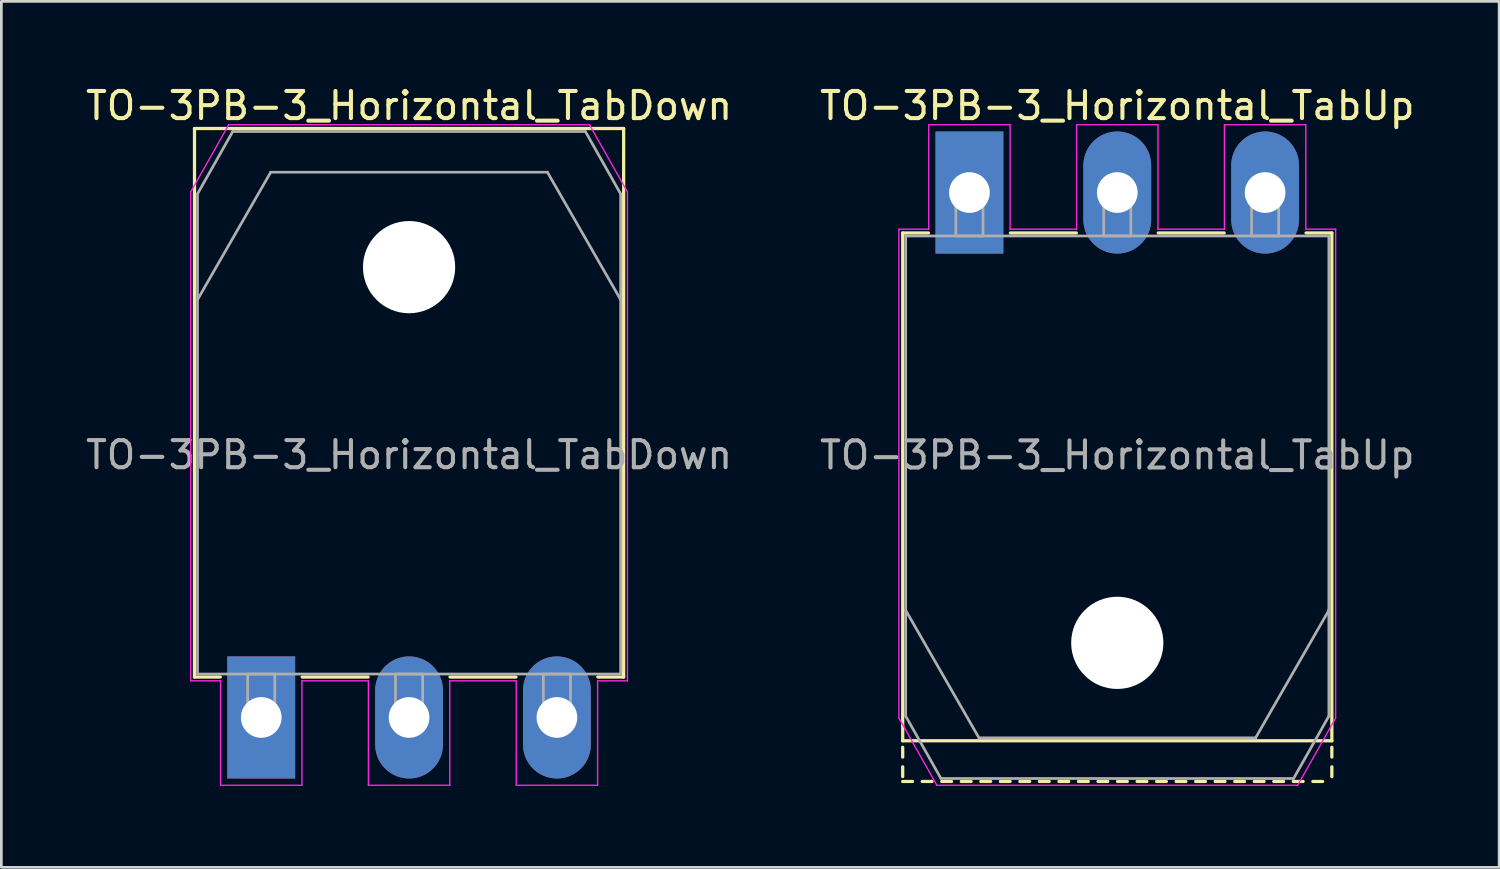
<source format=kicad_pcb>
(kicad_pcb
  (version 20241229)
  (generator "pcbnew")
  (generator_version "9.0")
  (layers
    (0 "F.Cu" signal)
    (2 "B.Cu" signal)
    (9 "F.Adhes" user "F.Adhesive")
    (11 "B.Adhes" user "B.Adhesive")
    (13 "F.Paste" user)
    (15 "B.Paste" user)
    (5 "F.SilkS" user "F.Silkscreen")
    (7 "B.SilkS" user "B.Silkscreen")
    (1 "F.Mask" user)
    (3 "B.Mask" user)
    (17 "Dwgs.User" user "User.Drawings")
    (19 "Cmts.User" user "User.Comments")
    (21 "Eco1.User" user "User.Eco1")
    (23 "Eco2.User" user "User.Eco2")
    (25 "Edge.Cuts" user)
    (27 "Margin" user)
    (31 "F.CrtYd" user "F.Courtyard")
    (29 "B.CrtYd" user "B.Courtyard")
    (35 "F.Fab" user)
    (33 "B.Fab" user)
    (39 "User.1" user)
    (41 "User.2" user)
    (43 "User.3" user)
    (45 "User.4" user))
  (footprint "TO-3PB-3_Horizontal_TabDown"
    (layer "F.Cu")
    (at 6.58 23.398)
    (property "Reference" "TO-3PB-3_Horizontal_TabDown" (at 5.45 -22.55 0) (layer "F.SilkS") (effects (font (size 1 1) (thickness 0.15))))
    (attr through_hole)
    (fp_line (start -2.46 -21.71) (end 13.36 -21.71) (stroke (width 0.12) (type solid)) (layer "F.SilkS"))
    (fp_line (start -2.46 -1.49) (end -2.46 -21.71) (stroke (width 0.12) (type solid)) (layer "F.SilkS"))
    (fp_line (start -2.46 -1.49) (end -1.51 -1.49) (stroke (width 0.12) (type solid)) (layer "F.SilkS"))
    (fp_line (start 1.51 -1.49) (end 3.94 -1.49) (stroke (width 0.12) (type solid)) (layer "F.SilkS"))
    (fp_line (start 6.96 -1.49) (end 9.39 -1.49) (stroke (width 0.12) (type solid)) (layer "F.SilkS"))
    (fp_line (start 12.41 -1.49) (end 13.36 -1.49) (stroke (width 0.12) (type solid)) (layer "F.SilkS"))
    (fp_line (start 13.36 -1.49) (end 13.36 -21.71) (stroke (width 0.12) (type solid)) (layer "F.SilkS"))
    (fp_line (start -2.6 -19.37) (end -1.2 -21.85) (stroke (width 0.05) (type solid)) (layer "F.CrtYd"))
    (fp_line (start -2.6 -1.35) (end -2.6 -19.37) (stroke (width 0.05) (type solid)) (layer "F.CrtYd"))
    (fp_line (start -1.5 -1.35) (end -2.6 -1.35) (stroke (width 0.05) (type solid)) (layer "F.CrtYd"))
    (fp_line (start -1.5 2.5) (end -1.5 -1.35) (stroke (width 0.05) (type solid)) (layer "F.CrtYd"))
    (fp_line (start -1.2 -21.85) (end 12.1 -21.85) (stroke (width 0.05) (type solid)) (layer "F.CrtYd"))
    (fp_line (start 1.5 -1.35) (end 1.5 2.5) (stroke (width 0.05) (type solid)) (layer "F.CrtYd"))
    (fp_line (start 1.5 2.5) (end -1.5 2.5) (stroke (width 0.05) (type solid)) (layer "F.CrtYd"))
    (fp_line (start 3.95 -1.35) (end 1.5 -1.35) (stroke (width 0.05) (type solid)) (layer "F.CrtYd"))
    (fp_line (start 3.95 2.5) (end 3.95 -1.35) (stroke (width 0.05) (type solid)) (layer "F.CrtYd"))
    (fp_line (start 6.95 -1.35) (end 6.95 2.5) (stroke (width 0.05) (type solid)) (layer "F.CrtYd"))
    (fp_line (start 6.95 2.5) (end 3.95 2.5) (stroke (width 0.05) (type solid)) (layer "F.CrtYd"))
    (fp_line (start 9.4 -1.35) (end 6.95 -1.35) (stroke (width 0.05) (type solid)) (layer "F.CrtYd"))
    (fp_line (start 9.4 2.5) (end 9.4 -1.35) (stroke (width 0.05) (type solid)) (layer "F.CrtYd"))
    (fp_line (start 12.1 -21.85) (end 13.5 -19.37) (stroke (width 0.05) (type solid)) (layer "F.CrtYd"))
    (fp_line (start 12.4 -1.35) (end 12.4 2.5) (stroke (width 0.05) (type solid)) (layer "F.CrtYd"))
    (fp_line (start 12.4 2.5) (end 9.4 2.5) (stroke (width 0.05) (type solid)) (layer "F.CrtYd"))
    (fp_line (start 13.5 -19.37) (end 13.5 -1.35) (stroke (width 0.05) (type solid)) (layer "F.CrtYd"))
    (fp_line (start 13.5 -1.35) (end 12.4 -1.35) (stroke (width 0.05) (type solid)) (layer "F.CrtYd"))
    (fp_line (start -2.35 -19.3) (end -1.05 -21.6) (stroke (width 0.1) (type solid)) (layer "F.Fab"))
    (fp_line (start -2.35 -15.4) (end -2.35 -19.3) (stroke (width 0.1) (type solid)) (layer "F.Fab"))
    (fp_line (start -2.35 -15.4) (end 0.35 -20.1) (stroke (width 0.1) (type solid)) (layer "F.Fab"))
    (fp_line (start -2.35 -1.6) (end -2.35 -15.4) (stroke (width 0.1) (type solid)) (layer "F.Fab"))
    (fp_line (start -1.05 -21.6) (end 11.95 -21.6) (stroke (width 0.1) (type solid)) (layer "F.Fab"))
    (fp_line (start 0.35 -20.1) (end 10.55 -20.1) (stroke (width 0.1) (type solid)) (layer "F.Fab"))
    (fp_line (start 10.55 -20.1) (end 13.25 -15.4) (stroke (width 0.1) (type solid)) (layer "F.Fab"))
    (fp_line (start 11.95 -21.6) (end 13.25 -19.3) (stroke (width 0.1) (type solid)) (layer "F.Fab"))
    (fp_line (start 13.25 -19.3) (end 13.25 -15.4) (stroke (width 0.1) (type solid)) (layer "F.Fab"))
    (fp_line (start 13.25 -15.4) (end 13.25 -1.6) (stroke (width 0.1) (type solid)) (layer "F.Fab"))
    (fp_line (start 13.25 -1.6) (end -2.35 -1.6) (stroke (width 0.1) (type solid)) (layer "F.Fab"))
    (fp_rect (start -0.5 -1.6) (end 0.5 0) (stroke (width 0.1) (type solid)) (fill no) (layer "F.Fab"))
    (fp_rect (start 4.95 -1.6) (end 5.95 0) (stroke (width 0.1) (type solid)) (fill no) (layer "F.Fab"))
    (fp_rect (start 10.4 -1.6) (end 11.4 0) (stroke (width 0.1) (type solid)) (fill no) (layer "F.Fab"))
    (fp_circle (center 5.45 -16.6) (end 7.05 -16.6) (stroke (width 0.1) (type solid)) (fill no) (layer "F.Fab"))
    (fp_text user "${REFERENCE}" (at 5.45 -9.68 0) (layer "F.Fab") (effects (font (size 1 1) (thickness 0.15))))
    (pad "" np_thru_hole circle (at 5.45 -16.6) (size 3.4 3.4) (drill 3.4) (layers "*.Cu" "*.Mask"))
    (pad "1" thru_hole rect (at 0 0) (size 2.5 4.5) (drill 1.5) (layers "*.Cu" "*.Mask"))
    (pad "2" thru_hole oval (at 5.45 0) (size 2.5 4.5) (drill 1.5) (layers "*.Cu" "*.Mask"))
    (pad "3" thru_hole oval (at 10.9 0) (size 2.5 4.5) (drill 1.5) (layers "*.Cu" "*.Mask")))
  (footprint "TO-3PB-3_Horizontal_TabUp"
    (layer "F.Cu")
    (at 32.687 4.048)
    (property "Reference" "TO-3PB-3_Horizontal_TabUp" (at 5.45 -3.2 0) (layer "F.SilkS") (effects (font (size 1 1) (thickness 0.15))))
    (attr through_hole)
    (fp_line (start -2.46 1.49) (end -2.46 20.21) (stroke (width 0.12) (type solid)) (layer "F.SilkS"))
    (fp_line (start -2.46 1.49) (end -1.51 1.49) (stroke (width 0.12) (type solid)) (layer "F.SilkS"))
    (fp_line (start -2.46 20.21) (end 13.36 20.21) (stroke (width 0.12) (type solid)) (layer "F.SilkS"))
    (fp_line (start -2.46 20.45) (end -2.46 20.81) (stroke (width 0.12) (type solid)) (layer "F.SilkS"))
    (fp_line (start -2.46 21.17) (end -2.46 21.53) (stroke (width 0.12) (type solid)) (layer "F.SilkS"))
    (fp_line (start -2.46 21.71) (end -2.1 21.71) (stroke (width 0.12) (type solid)) (layer "F.SilkS"))
    (fp_line (start -1.74 21.71) (end -1.38 21.71) (stroke (width 0.12) (type solid)) (layer "F.SilkS"))
    (fp_line (start -1.02 21.71) (end -0.66 21.71) (stroke (width 0.12) (type solid)) (layer "F.SilkS"))
    (fp_line (start -0.3 21.71) (end 0.06 21.71) (stroke (width 0.12) (type solid)) (layer "F.SilkS"))
    (fp_line (start 0.42 21.71) (end 0.78 21.71) (stroke (width 0.12) (type solid)) (layer "F.SilkS"))
    (fp_line (start 1.14 21.71) (end 1.5 21.71) (stroke (width 0.12) (type solid)) (layer "F.SilkS"))
    (fp_line (start 1.51 1.49) (end 3.94 1.49) (stroke (width 0.12) (type solid)) (layer "F.SilkS"))
    (fp_line (start 1.86 21.71) (end 2.22 21.71) (stroke (width 0.12) (type solid)) (layer "F.SilkS"))
    (fp_line (start 2.58 21.71) (end 2.94 21.71) (stroke (width 0.12) (type solid)) (layer "F.SilkS"))
    (fp_line (start 3.3 21.71) (end 3.66 21.71) (stroke (width 0.12) (type solid)) (layer "F.SilkS"))
    (fp_line (start 4.02 21.71) (end 4.38 21.71) (stroke (width 0.12) (type solid)) (layer "F.SilkS"))
    (fp_line (start 4.74 21.71) (end 5.1 21.71) (stroke (width 0.12) (type solid)) (layer "F.SilkS"))
    (fp_line (start 5.46 21.71) (end 5.82 21.71) (stroke (width 0.12) (type solid)) (layer "F.SilkS"))
    (fp_line (start 6.18 21.71) (end 6.54 21.71) (stroke (width 0.12) (type solid)) (layer "F.SilkS"))
    (fp_line (start 6.9 21.71) (end 7.26 21.71) (stroke (width 0.12) (type solid)) (layer "F.SilkS"))
    (fp_line (start 6.96 1.49) (end 9.39 1.49) (stroke (width 0.12) (type solid)) (layer "F.SilkS"))
    (fp_line (start 7.62 21.71) (end 7.98 21.71) (stroke (width 0.12) (type solid)) (layer "F.SilkS"))
    (fp_line (start 8.34 21.71) (end 8.7 21.71) (stroke (width 0.12) (type solid)) (layer "F.SilkS"))
    (fp_line (start 9.06 21.71) (end 9.42 21.71) (stroke (width 0.12) (type solid)) (layer "F.SilkS"))
    (fp_line (start 9.78 21.71) (end 10.14 21.71) (stroke (width 0.12) (type solid)) (layer "F.SilkS"))
    (fp_line (start 10.5 21.71) (end 10.86 21.71) (stroke (width 0.12) (type solid)) (layer "F.SilkS"))
    (fp_line (start 11.22 21.71) (end 11.58 21.71) (stroke (width 0.12) (type solid)) (layer "F.SilkS"))
    (fp_line (start 11.94 21.71) (end 12.3 21.71) (stroke (width 0.12) (type solid)) (layer "F.SilkS"))
    (fp_line (start 12.41 1.49) (end 13.36 1.49) (stroke (width 0.12) (type solid)) (layer "F.SilkS"))
    (fp_line (start 12.66 21.71) (end 13.02 21.71) (stroke (width 0.12) (type solid)) (layer "F.SilkS"))
    (fp_line (start 13.36 1.49) (end 13.36 20.21) (stroke (width 0.12) (type solid)) (layer "F.SilkS"))
    (fp_line (start 13.36 20.45) (end 13.36 20.81) (stroke (width 0.12) (type solid)) (layer "F.SilkS"))
    (fp_line (start 13.36 21.17) (end 13.36 21.53) (stroke (width 0.12) (type solid)) (layer "F.SilkS"))
    (fp_line (start -2.6 1.35) (end -1.5 1.35) (stroke (width 0.05) (type solid)) (layer "F.CrtYd"))
    (fp_line (start -2.6 19.37) (end -2.6 1.35) (stroke (width 0.05) (type solid)) (layer "F.CrtYd"))
    (fp_line (start -1.5 -2.5) (end 1.5 -2.5) (stroke (width 0.05) (type solid)) (layer "F.CrtYd"))
    (fp_line (start -1.5 1.35) (end -1.5 -2.5) (stroke (width 0.05) (type solid)) (layer "F.CrtYd"))
    (fp_line (start -1.2 21.85) (end -2.6 19.37) (stroke (width 0.05) (type solid)) (layer "F.CrtYd"))
    (fp_line (start 1.5 -2.5) (end 1.5 1.35) (stroke (width 0.05) (type solid)) (layer "F.CrtYd"))
    (fp_line (start 1.5 1.35) (end 3.95 1.35) (stroke (width 0.05) (type solid)) (layer "F.CrtYd"))
    (fp_line (start 3.95 -2.5) (end 6.95 -2.5) (stroke (width 0.05) (type solid)) (layer "F.CrtYd"))
    (fp_line (start 3.95 1.35) (end 3.95 -2.5) (stroke (width 0.05) (type solid)) (layer "F.CrtYd"))
    (fp_line (start 6.95 -2.5) (end 6.95 1.35) (stroke (width 0.05) (type solid)) (layer "F.CrtYd"))
    (fp_line (start 6.95 1.35) (end 9.4 1.35) (stroke (width 0.05) (type solid)) (layer "F.CrtYd"))
    (fp_line (start 9.4 -2.5) (end 12.4 -2.5) (stroke (width 0.05) (type solid)) (layer "F.CrtYd"))
    (fp_line (start 9.4 1.35) (end 9.4 -2.5) (stroke (width 0.05) (type solid)) (layer "F.CrtYd"))
    (fp_line (start 12.1 21.85) (end -1.2 21.85) (stroke (width 0.05) (type solid)) (layer "F.CrtYd"))
    (fp_line (start 12.4 -2.5) (end 12.4 1.35) (stroke (width 0.05) (type solid)) (layer "F.CrtYd"))
    (fp_line (start 12.4 1.35) (end 13.5 1.35) (stroke (width 0.05) (type solid)) (layer "F.CrtYd"))
    (fp_line (start 13.5 1.35) (end 13.5 19.37) (stroke (width 0.05) (type solid)) (layer "F.CrtYd"))
    (fp_line (start 13.5 19.37) (end 12.1 21.85) (stroke (width 0.05) (type solid)) (layer "F.CrtYd"))
    (fp_line (start -2.35 1.6) (end -2.35 15.4) (stroke (width 0.1) (type solid)) (layer "F.Fab"))
    (fp_line (start -2.35 15.4) (end -2.35 19.3) (stroke (width 0.1) (type solid)) (layer "F.Fab"))
    (fp_line (start -2.35 15.4) (end 0.35 20.1) (stroke (width 0.1) (type solid)) (layer "F.Fab"))
    (fp_line (start -2.35 19.3) (end -1.05 21.6) (stroke (width 0.1) (type solid)) (layer "F.Fab"))
    (fp_line (start -1.05 21.6) (end 11.95 21.6) (stroke (width 0.1) (type solid)) (layer "F.Fab"))
    (fp_line (start 0.35 20.1) (end 10.55 20.1) (stroke (width 0.1) (type solid)) (layer "F.Fab"))
    (fp_line (start 10.55 20.1) (end 13.25 15.4) (stroke (width 0.1) (type solid)) (layer "F.Fab"))
    (fp_line (start 11.95 21.6) (end 13.25 19.3) (stroke (width 0.1) (type solid)) (layer "F.Fab"))
    (fp_line (start 13.25 1.6) (end -2.35 1.6) (stroke (width 0.1) (type solid)) (layer "F.Fab"))
    (fp_line (start 13.25 15.4) (end 13.25 1.6) (stroke (width 0.1) (type solid)) (layer "F.Fab"))
    (fp_line (start 13.25 19.3) (end 13.25 15.4) (stroke (width 0.1) (type solid)) (layer "F.Fab"))
    (fp_rect (start -0.5 0) (end 0.5 1.6) (stroke (width 0.1) (type solid)) (fill no) (layer "F.Fab"))
    (fp_rect (start 4.95 0) (end 5.95 1.6) (stroke (width 0.1) (type solid)) (fill no) (layer "F.Fab"))
    (fp_rect (start 10.4 0) (end 11.4 1.6) (stroke (width 0.1) (type solid)) (fill no) (layer "F.Fab"))
    (fp_circle (center 5.45 16.6) (end 7.05 16.6) (stroke (width 0.1) (type solid)) (fill no) (layer "F.Fab"))
    (fp_text user "${REFERENCE}" (at 5.45 9.68 0) (layer "F.Fab") (effects (font (size 1 1) (thickness 0.15))))
    (pad "" np_thru_hole circle (at 5.45 16.6) (size 3.4 3.4) (drill 3.4) (layers "*.Cu" "*.Mask"))
    (pad "1" thru_hole rect (at 0 0) (size 2.5 4.5) (drill 1.5) (layers "*.Cu" "*.Mask"))
    (pad "2" thru_hole oval (at 5.45 0) (size 2.5 4.5) (drill 1.5) (layers "*.Cu" "*.Mask"))
    (pad "3" thru_hole oval (at 10.9 0) (size 2.5 4.5) (drill 1.5) (layers "*.Cu" "*.Mask")))
  (gr_rect
    (start -3 -3)
    (end 52.214 28.923)
    (stroke (width 0.1) (type default))
    (fill no)
    (layer "Edge.Cuts")))
</source>
